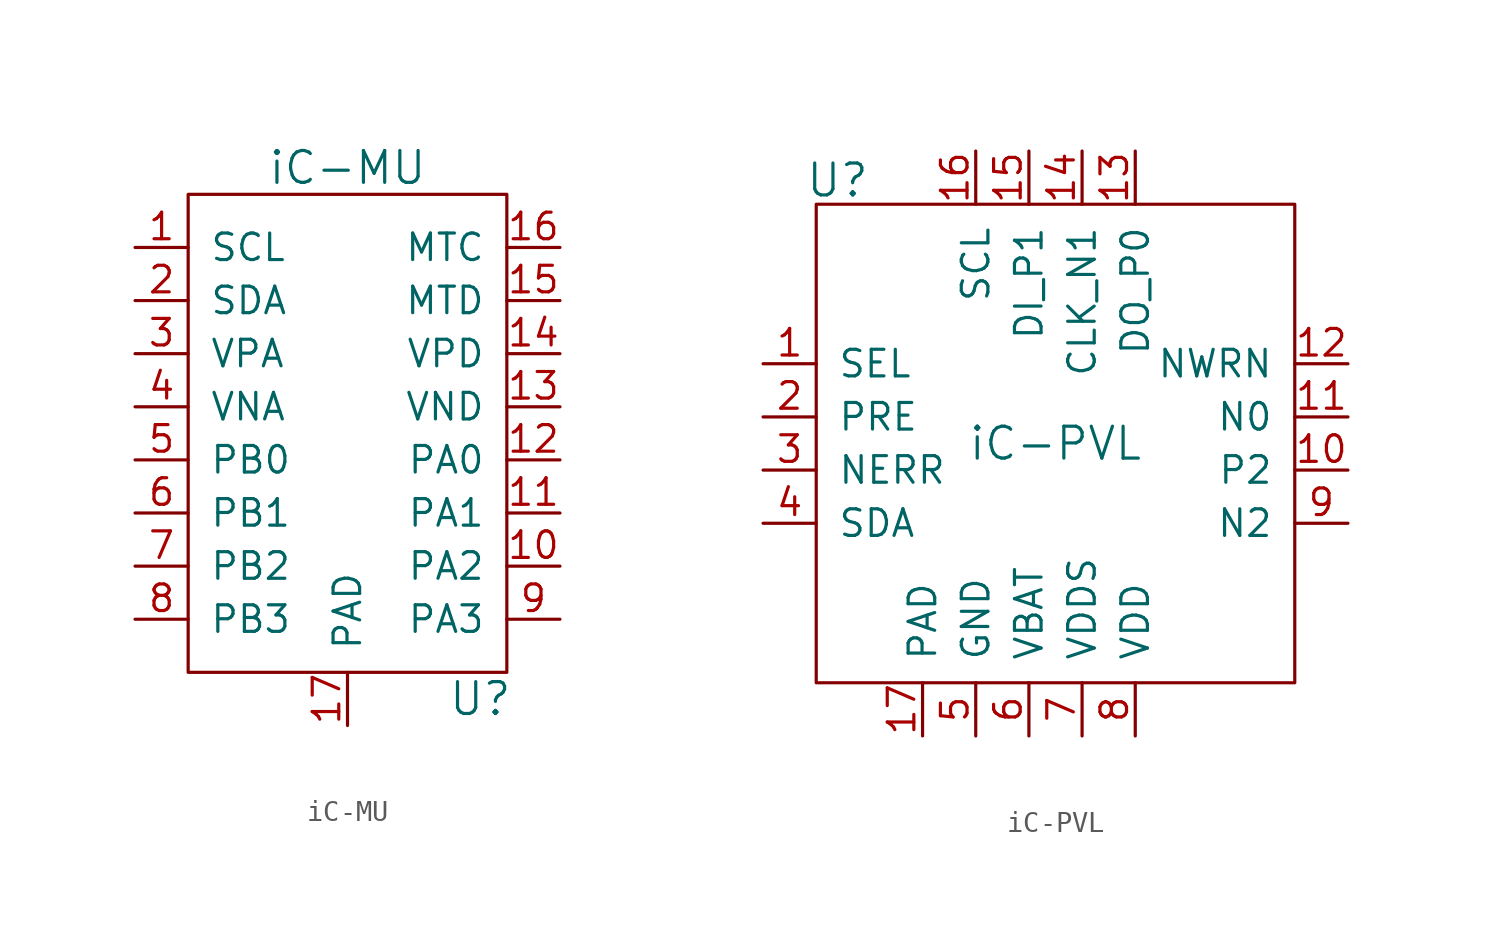
<source format=kicad_sym>
(kicad_symbol_lib
  (version 20220914)
  (generator kicad_symbol_editor)
  (symbol "iC-MU"
    (pin_names
      (offset 1.016))
    (property "Reference" "U"
      (at 6.35 -12.7 0)
      (effects (font (size 1.524 1.524))))
    (property "Value" "iC-MU"
      (at 0 12.7 0)
      (effects (font (size 1.524 1.524))))
    (property "Footprint" ""
      (at -3.556 0.508 0)
      (effects (font (size 1.524 1.524))))
    (property "Datasheet" ""
      (at -3.556 0.508 0)
      (effects (font (size 1.524 1.524))))
    (symbol "iC-MU_0_1"
      (rectangle (start -7.62 11.43) (end 7.62 -11.43) (stroke (width 0) (type default)) (fill (type none))))
    (symbol "iC-MU_1_1"
      (pin bidirectional line (at -10.16 8.89 0) (length 2.54) (name "SCL" (effects (font (size 1.27 1.27)))) (number "1" (effects (font (size 1.27 1.27)))))
      (pin bidirectional line (at 10.16 -6.35 180) (length 2.54) (name "PA2" (effects (font (size 1.27 1.27)))) (number "10" (effects (font (size 1.27 1.27)))))
      (pin bidirectional line (at 10.16 -3.81 180) (length 2.54) (name "PA1" (effects (font (size 1.27 1.27)))) (number "11" (effects (font (size 1.27 1.27)))))
      (pin bidirectional line (at 10.16 -1.27 180) (length 2.54) (name "PA0" (effects (font (size 1.27 1.27)))) (number "12" (effects (font (size 1.27 1.27)))))
      (pin power_in line (at 10.16 1.27 180) (length 2.54) (name "VND" (effects (font (size 1.27 1.27)))) (number "13" (effects (font (size 1.27 1.27)))))
      (pin power_in line (at 10.16 3.81 180) (length 2.54) (name "VPD" (effects (font (size 1.27 1.27)))) (number "14" (effects (font (size 1.27 1.27)))))
      (pin input line (at 10.16 6.35 180) (length 2.54) (name "MTD" (effects (font (size 1.27 1.27)))) (number "15" (effects (font (size 1.27 1.27)))))
      (pin output line (at 10.16 8.89 180) (length 2.54) (name "MTC" (effects (font (size 1.27 1.27)))) (number "16" (effects (font (size 1.27 1.27)))))
      (pin bidirectional line (at 0 -13.97 90) (length 2.54) (name "PAD" (effects (font (size 1.27 1.27)))) (number "17" (effects (font (size 1.27 1.27)))))
      (pin bidirectional line (at -10.16 6.35 0) (length 2.54) (name "SDA" (effects (font (size 1.27 1.27)))) (number "2" (effects (font (size 1.27 1.27)))))
      (pin power_in line (at -10.16 3.81 0) (length 2.54) (name "VPA" (effects (font (size 1.27 1.27)))) (number "3" (effects (font (size 1.27 1.27)))))
      (pin power_in line (at -10.16 1.27 0) (length 2.54) (name "VNA" (effects (font (size 1.27 1.27)))) (number "4" (effects (font (size 1.27 1.27)))))
      (pin bidirectional line (at -10.16 -1.27 0) (length 2.54) (name "PB0" (effects (font (size 1.27 1.27)))) (number "5" (effects (font (size 1.27 1.27)))))
      (pin bidirectional line (at -10.16 -3.81 0) (length 2.54) (name "PB1" (effects (font (size 1.27 1.27)))) (number "6" (effects (font (size 1.27 1.27)))))
      (pin bidirectional line (at -10.16 -6.35 0) (length 2.54) (name "PB2" (effects (font (size 1.27 1.27)))) (number "7" (effects (font (size 1.27 1.27)))))
      (pin bidirectional line (at -10.16 -8.89 0) (length 2.54) (name "PB3" (effects (font (size 1.27 1.27)))) (number "8" (effects (font (size 1.27 1.27)))))
      (pin bidirectional line (at 10.16 -8.89 180) (length 2.54) (name "PA3" (effects (font (size 1.27 1.27)))) (number "9" (effects (font (size 1.27 1.27)))))))
  (symbol "iC-PVL"
    (pin_names
      (offset 1.016))
    (property "Reference" "U"
      (at -10.414 12.573 0)
      (effects (font (size 1.524 1.524))))
    (property "Value" "iC-PVL"
      (at 0 0 0)
      (effects (font (size 1.524 1.524))))
    (property "Footprint" ""
      (at -3.556 0.508 0)
      (effects (font (size 1.524 1.524))))
    (property "Datasheet" ""
      (at -3.556 0.508 0)
      (effects (font (size 1.524 1.524))))
    (symbol "iC-PVL_0_1"
      (rectangle (start -11.43 11.43) (end 11.43 -11.43) (stroke (width 0) (type default)) (fill (type none))))
    (symbol "iC-PVL_1_1"
      (pin input line (at -13.97 3.81 0) (length 2.54) (name "SEL" (effects (font (size 1.27 1.27)))) (number "1" (effects (font (size 1.27 1.27)))))
      (pin output line (at 13.97 -1.27 180) (length 2.54) (name "P2" (effects (font (size 1.27 1.27)))) (number "10" (effects (font (size 1.27 1.27)))))
      (pin output line (at 13.97 1.27 180) (length 2.54) (name "N0" (effects (font (size 1.27 1.27)))) (number "11" (effects (font (size 1.27 1.27)))))
      (pin output line (at 13.97 3.81 180) (length 2.54) (name "NWRN" (effects (font (size 1.27 1.27)))) (number "12" (effects (font (size 1.27 1.27)))))
      (pin output line (at 3.81 13.97 270) (length 2.54) (name "DO_P0" (effects (font (size 1.27 1.27)))) (number "13" (effects (font (size 1.27 1.27)))))
      (pin bidirectional line (at 1.27 13.97 270) (length 2.54) (name "CLK_N1" (effects (font (size 1.27 1.27)))) (number "14" (effects (font (size 1.27 1.27)))))
      (pin output line (at -1.27 13.97 270) (length 2.54) (name "DI_P1" (effects (font (size 1.27 1.27)))) (number "15" (effects (font (size 1.27 1.27)))))
      (pin bidirectional line (at -3.81 13.97 270) (length 2.54) (name "SCL" (effects (font (size 1.27 1.27)))) (number "16" (effects (font (size 1.27 1.27)))))
      (pin bidirectional line (at -6.35 -13.97 90) (length 2.54) (name "PAD" (effects (font (size 1.27 1.27)))) (number "17" (effects (font (size 1.27 1.27)))))
      (pin input line (at -13.97 1.27 0) (length 2.54) (name "PRE" (effects (font (size 1.27 1.27)))) (number "2" (effects (font (size 1.27 1.27)))))
      (pin output line (at -13.97 -1.27 0) (length 2.54) (name "NERR" (effects (font (size 1.27 1.27)))) (number "3" (effects (font (size 1.27 1.27)))))
      (pin bidirectional line (at -13.97 -3.81 0) (length 2.54) (name "SDA" (effects (font (size 1.27 1.27)))) (number "4" (effects (font (size 1.27 1.27)))))
      (pin power_in line (at -3.81 -13.97 90) (length 2.54) (name "GND" (effects (font (size 1.27 1.27)))) (number "5" (effects (font (size 1.27 1.27)))))
      (pin power_in line (at -1.27 -13.97 90) (length 2.54) (name "VBAT" (effects (font (size 1.27 1.27)))) (number "6" (effects (font (size 1.27 1.27)))))
      (pin output line (at 1.27 -13.97 90) (length 2.54) (name "VDDS" (effects (font (size 1.27 1.27)))) (number "7" (effects (font (size 1.27 1.27)))))
      (pin power_in line (at 3.81 -13.97 90) (length 2.54) (name "VDD" (effects (font (size 1.27 1.27)))) (number "8" (effects (font (size 1.27 1.27)))))
      (pin output line (at 13.97 -3.81 180) (length 2.54) (name "N2" (effects (font (size 1.27 1.27)))) (number "9" (effects (font (size 1.27 1.27))))))))
</source>
